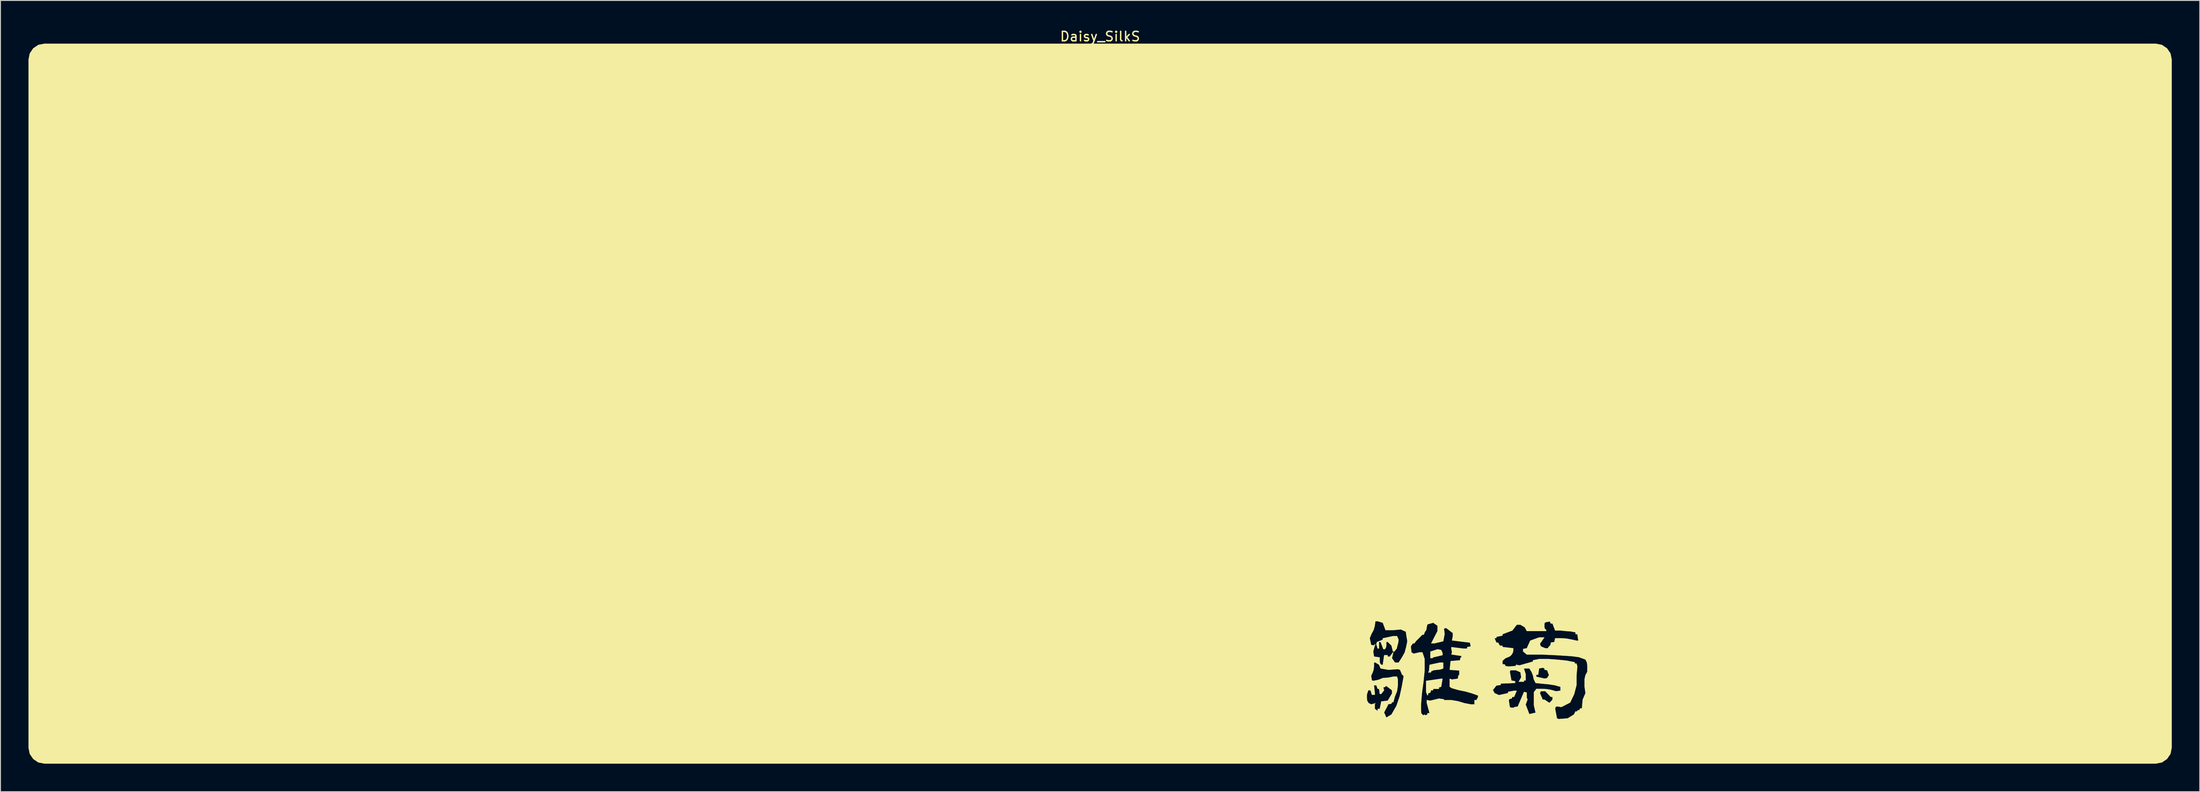
<source format=kicad_pcb>
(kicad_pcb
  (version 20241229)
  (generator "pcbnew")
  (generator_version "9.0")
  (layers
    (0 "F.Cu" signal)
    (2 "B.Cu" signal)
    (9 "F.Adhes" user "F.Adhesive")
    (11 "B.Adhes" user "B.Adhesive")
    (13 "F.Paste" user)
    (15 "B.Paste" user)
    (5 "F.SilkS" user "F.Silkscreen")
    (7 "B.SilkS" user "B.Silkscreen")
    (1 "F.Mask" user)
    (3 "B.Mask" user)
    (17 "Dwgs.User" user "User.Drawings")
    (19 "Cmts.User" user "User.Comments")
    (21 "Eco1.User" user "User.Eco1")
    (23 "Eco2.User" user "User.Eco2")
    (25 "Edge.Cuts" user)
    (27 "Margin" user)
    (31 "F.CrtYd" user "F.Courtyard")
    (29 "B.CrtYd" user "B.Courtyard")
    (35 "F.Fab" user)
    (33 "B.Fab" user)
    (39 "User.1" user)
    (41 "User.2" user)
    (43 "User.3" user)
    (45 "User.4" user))
  (footprint "Daisy_SilkS"
    (layer "F.Cu")
    (at 114.806 40.232)
    (property "Reference" "Daisy_SilkS" (at 0 -39.37 0) (layer "F.SilkS") (effects (font (size 1.016 1.016) (thickness 0.152))))
    (attr through_hole)
    (fp_poly (pts (xy 30.811 32.24) (xy 30.811 32.38) (xy 30.885 32.24) (xy 30.811 32.24)) (stroke (width 0.01) (type solid)) (fill yes) (layer "F.SilkS"))
    (fp_poly (pts (xy 29.434 25.94) (xy 29.496 25.865) (xy 29.434 25.791) (xy 29.347 25.865) (xy 29.434 25.94)) (stroke (width 0.01) (type solid)) (fill yes) (layer "F.SilkS"))
    (fp_poly (pts (xy 35.226 28.705) (xy 35.139 28.78) (xy 35.226 28.866) (xy 35.288 28.78) (xy 35.226 28.705)) (stroke (width 0.01) (type solid)) (fill yes) (layer "F.SilkS"))
    (fp_poly (pts (xy 29.347 32.178) (xy 29.434 32.178) (xy 29.434 32.24) (xy 29.496 32.178) (xy 29.434 32.091) (xy 29.347 32.178)) (stroke (width 0.01) (type solid)) (fill yes) (layer "F.SilkS"))
    (fp_poly (pts (xy 36.144 26.336) (xy 35.375 26.584) (xy 35.375 27.291) (xy 35.61 27.291) (xy 35.685 27.205) (xy 36.689 26.969) (xy 36.689 26.733) (xy 36.54 26.411) (xy 36.144 26.336)) (stroke (width 0.01) (type solid)) (fill yes) (layer "F.SilkS"))
    (fp_poly (pts (xy 36.367 27.763) (xy 35.288 27.998) (xy 35.226 28.705) (xy 35.375 28.866) (xy 35.461 28.78) (xy 35.461 28.705) (xy 35.759 28.581) (xy 36.106 28.544) (xy 36.454 28.507) (xy 36.764 28.395) (xy 36.764 27.763) (xy 36.367 27.763)) (stroke (width 0.01) (type solid)) (fill yes) (layer "F.SilkS"))
    (fp_poly (pts (xy 36.54 29.487) (xy 34.916 29.722) (xy 34.916 30.913) (xy 35.065 31.297) (xy 35.139 31.223) (xy 35.139 31.074) (xy 35.375 30.987) (xy 35.461 30.739) (xy 35.685 30.739) (xy 35.685 30.59) (xy 36.305 30.59) (xy 36.305 30.429) (xy 36.54 30.367) (xy 36.689 29.487) (xy 36.54 29.487)) (stroke (width 0.01) (type solid)) (fill yes) (layer "F.SilkS"))
    (fp_poly (pts (xy 31.369 24.923) (xy 30.277 25.158) (xy 30.277 25.307) (xy 29.657 25.555) (xy 29.583 25.791) (xy 29.732 26.262) (xy 29.88 26.262) (xy 29.88 25.555) (xy 30.042 25.555) (xy 30.339 26.336) (xy 30.5 26.336) (xy 30.612 26.188) (xy 30.662 25.989) (xy 30.662 25.753) (xy 30.662 25.555) (xy 30.811 25.555) (xy 31.207 25.94) (xy 31.369 26.584) (xy 31.517 26.584) (xy 31.592 26.498) (xy 31.778 26.262) (xy 31.852 25.952) (xy 31.939 25.642) (xy 31.976 25.307) (xy 31.815 24.923) (xy 31.369 24.923)) (stroke (width 0.01) (type solid)) (fill yes) (layer "F.SilkS"))
    (fp_poly (pts (xy -113.101 -38.6) (xy -113.1 -38.599) (xy -113.754 -38.47) (xy -114.3 -38.099) (xy -114.67 -37.553) (xy -114.8 -36.899) (xy -114.801 -36.901) (xy -114.801 36.899) (xy -114.8 36.901) (xy -114.671 37.554) (xy -114.3 38.1) (xy -113.755 38.471) (xy -113.101 38.6) (xy 30.662 38.6) (xy 30.662 33.654) (xy 30.426 33.108) (xy 30.811 32.38) (xy 30.811 32.24) (xy 30.811 31.843) (xy 30.116 31.93) (xy 29.955 32.724) (xy 29.732 32.724) (xy 29.732 32.947) (xy 29.434 32.724) (xy 29.434 32.24) (xy 29.347 32.178) (xy 29.26 32.178) (xy 29.037 32.24) (xy 28.764 32.104) (xy 28.615 31.855) (xy 28.578 31.545) (xy 28.578 31.223) (xy 28.727 30.739) (xy 28.963 30.739) (xy 29.111 31.223) (xy 29.434 31.223) (xy 29.434 31.074) (xy 29.347 30.206) (xy 29.583 30.206) (xy 29.732 30.59) (xy 29.88 30.59) (xy 29.955 31.136) (xy 30.116 31.136) (xy 30.426 30.739) (xy 30.339 30.429) (xy 30.575 30.367) (xy 30.575 30.28) (xy 30.662 30.28) (xy 31.269 30.739) (xy 31.269 31.074) (xy 30.811 31.843) (xy 30.811 32.24) (xy 31.207 32.178) (xy 31.269 32.017) (xy 31.418 32.017) (xy 31.579 31.421) (xy 31.815 30.826) (xy 31.902 30.206) (xy 31.902 29.573) (xy 31.815 29.263) (xy 31.418 29.263) (xy 30.885 29.375) (xy 30.302 29.412) (xy 29.806 29.611) (xy 29.26 29.722) (xy 29.111 29.66) (xy 29.037 29.177) (xy 29.186 28.866) (xy 29.297 28.556) (xy 29.347 28.16) (xy 29.347 27.763) (xy 29.496 27.763) (xy 29.88 27.998) (xy 30.042 28.395) (xy 30.277 28.437) (xy 30.277 27.998) (xy 30.116 27.998) (xy 29.992 27.837) (xy 29.955 27.639) (xy 29.955 27.403) (xy 29.955 27.205) (xy 29.347 27.118) (xy 29.26 26.584) (xy 29.434 25.94) (xy 29.037 25.865) (xy 28.888 25.158) (xy 29.074 24.687) (xy 29.297 24.29) (xy 29.421 23.856) (xy 29.496 23.335) (xy 29.732 23.335) (xy 30.277 23.496) (xy 30.575 24.29) (xy 31.369 24.29) (xy 32.212 24.216) (xy 32.745 24.451) (xy 32.907 25.481) (xy 32.782 26.101) (xy 32.621 26.696) (xy 32.311 27.242) (xy 31.976 27.763) (xy 31.592 27.763) (xy 31.269 27.291) (xy 31.418 26.659) (xy 31.369 26.659) (xy 31.034 27.118) (xy 30.811 27.118) (xy 30.811 26.969) (xy 30.426 26.969) (xy 30.277 27.998) (xy 30.277 28.437) (xy 30.885 28.544) (xy 31.902 28.47) (xy 32.125 28.544) (xy 32.361 29.102) (xy 32.448 29.102) (xy 32.51 29.263) (xy 32.311 30.367) (xy 32.088 31.384) (xy 31.741 32.401) (xy 31.207 33.331) (xy 30.662 33.654) (xy 30.662 38.6) (xy 34.841 38.6) (xy 34.841 33.418) (xy 34.767 33.331) (xy 34.606 33.418) (xy 34.407 33.183) (xy 34.382 32.885) (xy 34.382 32.562) (xy 34.382 32.24) (xy 34.482 31.025) (xy 34.643 29.846) (xy 34.767 28.631) (xy 34.767 27.366) (xy 34.531 26.659) (xy 34.221 26.659) (xy 33.589 26.808) (xy 33.353 26.659) (xy 33.291 26.026) (xy 33.514 25.704) (xy 33.675 25.704) (xy 33.824 25.481) (xy 34.531 24.774) (xy 34.68 24.774) (xy 34.792 24.488) (xy 34.953 24.253) (xy 34.99 23.98) (xy 35.065 23.67) (xy 35.685 23.496) (xy 36.144 23.819) (xy 36.144 24.377) (xy 35.461 25.704) (xy 35.833 25.704) (xy 36.764 25.481) (xy 36.912 24.687) (xy 36.838 24.129) (xy 37.061 24.054) (xy 37.781 24.6) (xy 37.781 24.923) (xy 37.694 25.394) (xy 39.616 25.629) (xy 39.703 26.026) (xy 39.319 26.101) (xy 39.319 26.262) (xy 38.934 26.262) (xy 37.619 26.101) (xy 37.619 26.262) (xy 37.694 26.659) (xy 37.619 26.895) (xy 38.698 27.056) (xy 38.698 27.205) (xy 38.624 27.205) (xy 38.537 27.515) (xy 37.545 27.601) (xy 37.446 28.544) (xy 38.475 28.618) (xy 38.475 29.102) (xy 38.388 29.102) (xy 38.314 29.487) (xy 37.694 29.573) (xy 37.446 29.487) (xy 37.446 30.367) (xy 37.694 30.516) (xy 38.388 30.714) (xy 39.12 30.863) (xy 39.815 31.062) (xy 40.484 31.297) (xy 40.484 31.471) (xy 40.311 31.781) (xy 40.1 31.781) (xy 40.1 32.24) (xy 39.703 32.24) (xy 39.008 32.104) (xy 38.351 31.905) (xy 37.619 31.781) (xy 36.838 31.781) (xy 36.838 31.694) (xy 36.305 31.62) (xy 35.375 31.843) (xy 34.99 31.781) (xy 34.99 32.091) (xy 35.288 33.183) (xy 35.065 33.183) (xy 35.065 33.331) (xy 34.841 33.418) (xy 34.841 38.6) (xy 45.979 38.6) (xy 45.979 33.282) (xy 45.594 32.265) (xy 45.793 31.731) (xy 45.706 31.521) (xy 45.706 31.248) (xy 45.706 30.975) (xy 45.408 30.9) (xy 44.738 32.476) (xy 44.354 32.538) (xy 44.354 32.6) (xy 44.069 32.6) (xy 43.895 32.538) (xy 43.783 31.793) (xy 43.895 31.645) (xy 44.069 31.645) (xy 44.168 31.446) (xy 44.354 31.446) (xy 44.639 30.776) (xy 44.354 30.776) (xy 43.697 30.9) (xy 43.697 31.037) (xy 42.729 31.248) (xy 42.258 31.037) (xy 42.084 30.702) (xy 42.456 30.231) (xy 42.915 30.169) (xy 42.915 30.02) (xy 44.466 29.958) (xy 44.466 29.759) (xy 44.069 29.685) (xy 43.895 28.742) (xy 43.969 28.594) (xy 44.54 28.594) (xy 45.024 28.804) (xy 45.11 29.338) (xy 44.838 29.821) (xy 45.408 29.821) (xy 45.408 29.685) (xy 45.594 29.685) (xy 45.594 29.015) (xy 45.408 28.395) (xy 45.979 28.395) (xy 46.214 28.767) (xy 46.363 29.139) (xy 46.45 29.549) (xy 46.648 29.958) (xy 47.355 30.032) (xy 47.69 30.063) (xy 47.69 29.463) (xy 47.603 29.474) (xy 46.735 29.276) (xy 46.735 29.077) (xy 46.934 29.077) (xy 47.033 28.395) (xy 47.417 28.321) (xy 47.603 28.395) (xy 47.603 28.532) (xy 47.889 28.594) (xy 48.087 29.139) (xy 47.975 29.239) (xy 47.926 29.387) (xy 47.789 29.449) (xy 47.69 29.463) (xy 47.69 30.063) (xy 48.025 30.094) (xy 48.695 30.194) (xy 49.315 30.367) (xy 49.315 30.776) (xy 48.844 30.838) (xy 48.372 30.702) (xy 47.839 30.603) (xy 47.69 30.596) (xy 47.69 30.838) (xy 48.273 31.446) (xy 48.459 31.446) (xy 48.459 31.731) (xy 48.174 32.054) (xy 48.087 32.054) (xy 47.603 31.731) (xy 47.417 31.731) (xy 47.12 31.037) (xy 47.219 30.838) (xy 47.69 30.838) (xy 47.69 30.596) (xy 47.318 30.578) (xy 46.735 30.578) (xy 46.462 30.938) (xy 46.462 31.409) (xy 46.462 31.893) (xy 46.462 32.327) (xy 46.648 33.133) (xy 45.979 33.282) (xy 45.979 38.6) (xy 49.116 38.6) (xy 49.116 33.815) (xy 48.943 33.741) (xy 48.744 32.674) (xy 48.844 32.476) (xy 49.042 32.476) (xy 49.414 32.538) (xy 50.357 32.054) (xy 50.791 31.149) (xy 51.039 30.194) (xy 51.039 29.177) (xy 51.126 28.184) (xy 51.039 27.862) (xy 50.853 27.862) (xy 50.853 27.725) (xy 49.985 27.552) (xy 49.03 27.453) (xy 48.025 27.378) (xy 47.033 27.378) (xy 46.363 27.515) (xy 46.363 27.651) (xy 44.924 28.06) (xy 44.54 27.986) (xy 44.54 28.122) (xy 43.783 28.184) (xy 43.399 28.122) (xy 43.399 27.986) (xy 43.114 27.924) (xy 43.114 27.577) (xy 43.399 27.316) (xy 43.895 27.105) (xy 44.069 26.944) (xy 44.217 26.708) (xy 44.267 26.473) (xy 44.267 26.225) (xy 43.114 26.088) (xy 43.114 25.952) (xy 42.828 25.952) (xy 42.642 25.617) (xy 42.456 25.617) (xy 42.258 25.146) (xy 42.456 25.146) (xy 42.456 25.009) (xy 43.114 24.873) (xy 43.114 24.724) (xy 44.168 24.327) (xy 44.639 23.707) (xy 45.024 23.707) (xy 45.495 23.992) (xy 45.706 24.389) (xy 47.789 24.389) (xy 47.789 24.253) (xy 47.641 24.129) (xy 47.603 23.955) (xy 47.603 23.757) (xy 47.603 23.583) (xy 47.69 23.447) (xy 48.174 23.36) (xy 48.273 23.583) (xy 48.459 23.583) (xy 48.744 24.327) (xy 49.327 24.327) (xy 49.898 24.389) (xy 50.419 24.426) (xy 50.927 24.526) (xy 50.927 24.724) (xy 51.126 24.724) (xy 51.225 25.406) (xy 51.039 25.406) (xy 50.468 25.282) (xy 49.935 25.183) (xy 49.364 25.146) (xy 48.744 25.146) (xy 48.658 25.555) (xy 48.273 25.617) (xy 48.273 25.791) (xy 48.174 25.964) (xy 48.025 26.101) (xy 47.975 26.225) (xy 47.69 26.225) (xy 47.219 26.026) (xy 47.12 25.754) (xy 47.603 25.059) (xy 47.033 25.059) (xy 46.078 25.406) (xy 45.706 26.225) (xy 45.309 26.299) (xy 45.309 26.572) (xy 45.706 26.907) (xy 47.355 26.907) (xy 48.93 26.981) (xy 50.505 27.081) (xy 51.287 27.183) (xy 51.994 27.44) (xy 52.143 27.75) (xy 52.192 28.098) (xy 52.192 28.395) (xy 52.192 28.742) (xy 51.994 29.102) (xy 51.895 29.524) (xy 51.895 29.97) (xy 51.895 30.367) (xy 51.994 31.037) (xy 51.696 31.731) (xy 51.609 32.674) (xy 51.423 32.674) (xy 51.324 32.872) (xy 51.126 32.872) (xy 51.126 32.996) (xy 50.927 32.996) (xy 50.753 33.331) (xy 50.084 33.741) (xy 49.116 33.815) (xy 49.116 38.6) (xy 113.099 38.6) (xy 113.102 38.6) (xy 113.756 38.471) (xy 114.301 38.1) (xy 114.672 37.555) (xy 114.801 36.901) (xy 114.801 36.899) (xy 114.801 -36.899) (xy 114.672 -37.553) (xy 114.301 -38.099) (xy 113.756 -38.47) (xy 113.102 -38.599) (xy 113.099 -38.6) (xy -113.101 -38.6)) (stroke (width 0.01) (type solid)) (fill yes) (layer "F.SilkS")))
  (gr_rect
    (start -3 -3)
    (end 232.611 81.837)
    (stroke (width 0.1) (type default))
    (fill no)
    (layer "Edge.Cuts")))
</source>
